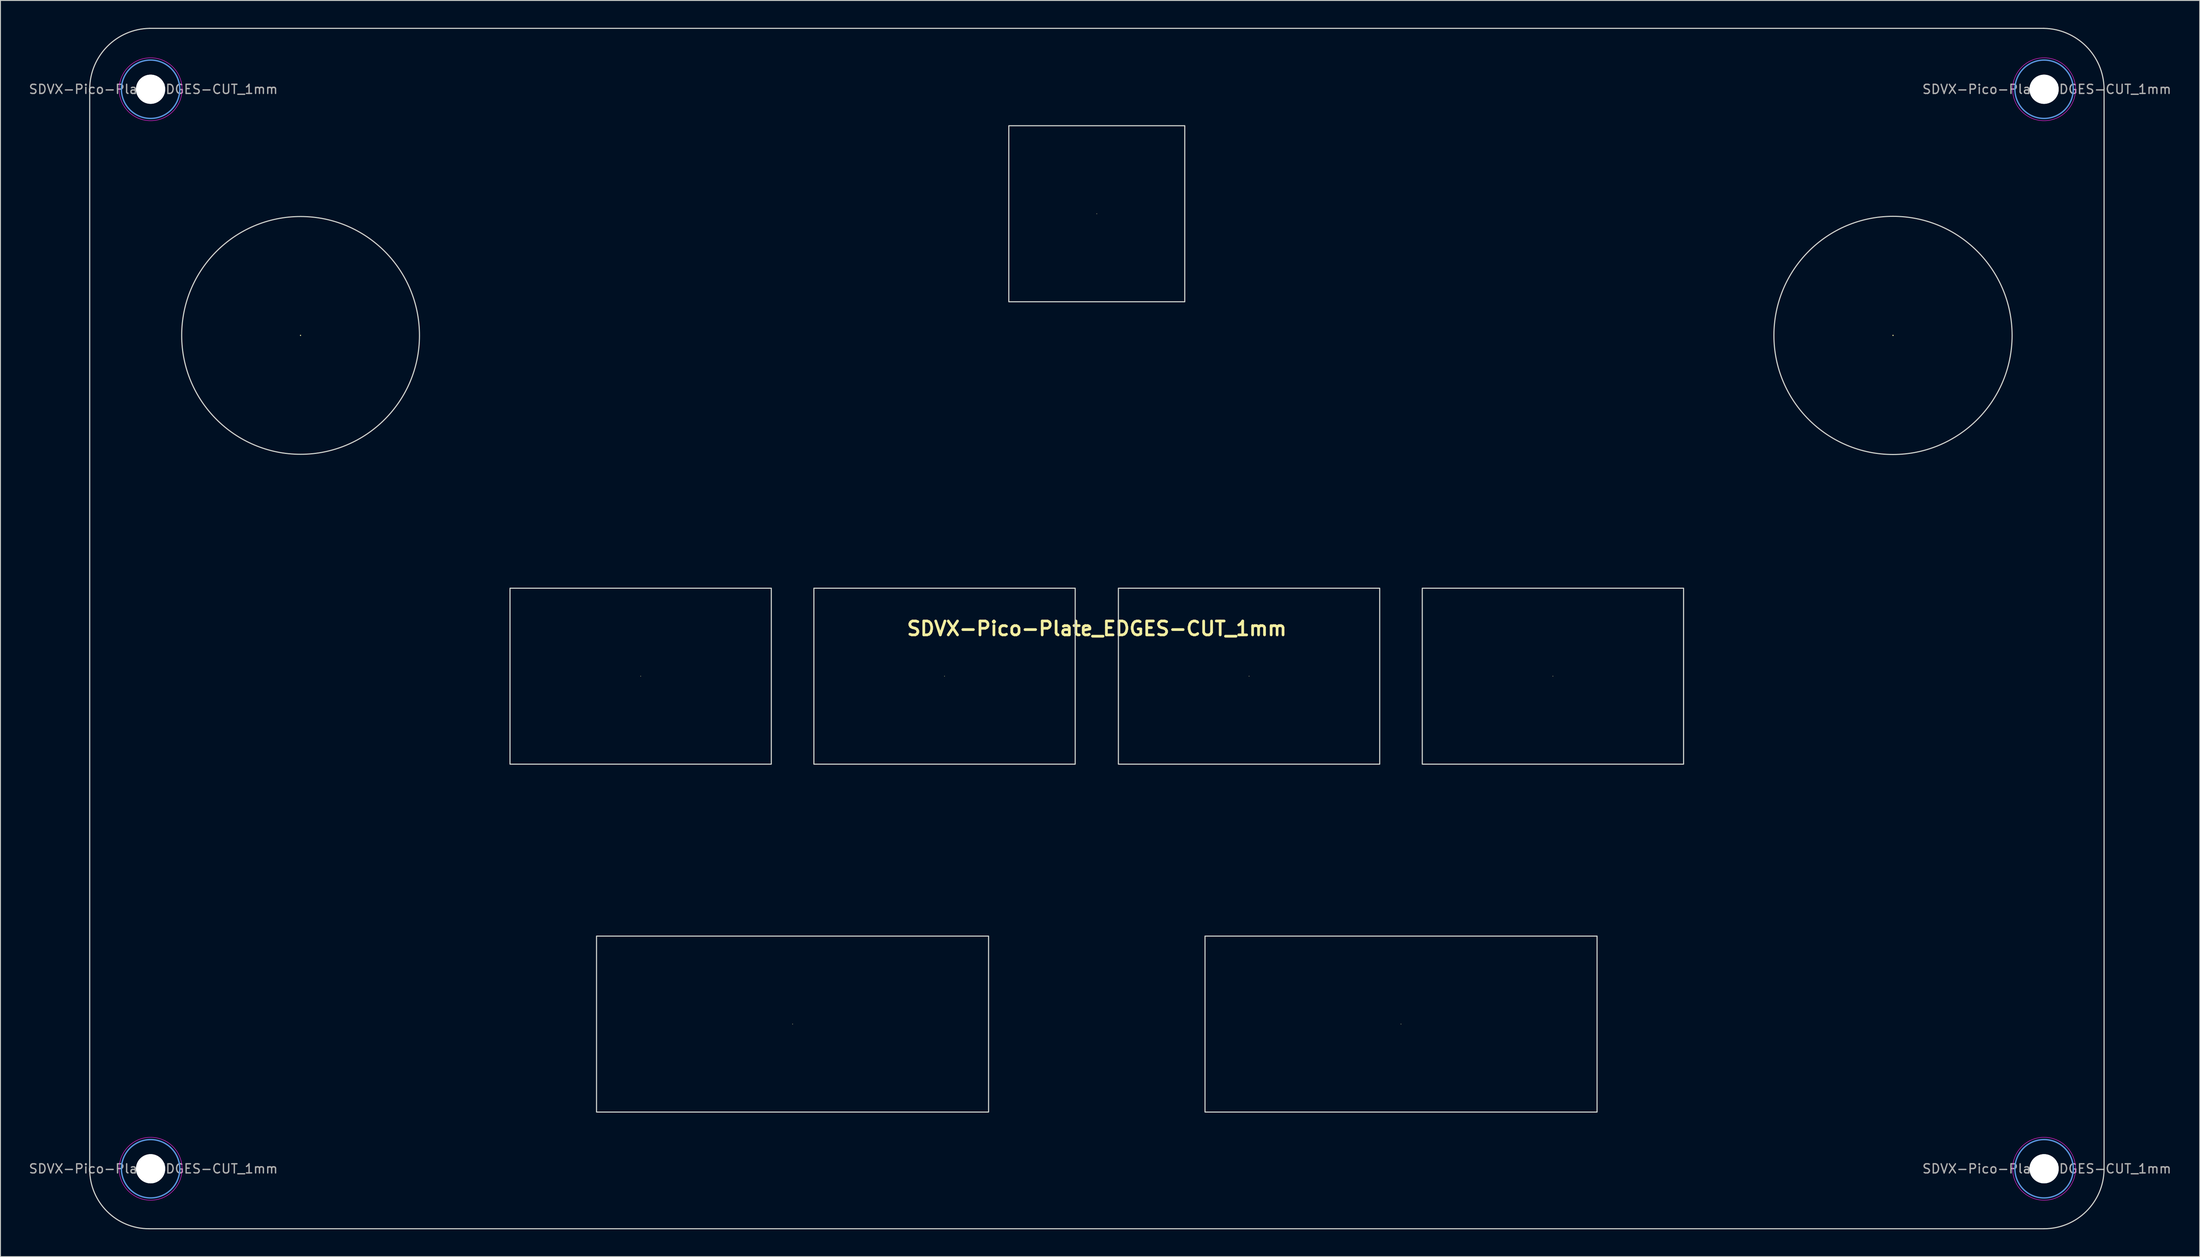
<source format=kicad_pcb>
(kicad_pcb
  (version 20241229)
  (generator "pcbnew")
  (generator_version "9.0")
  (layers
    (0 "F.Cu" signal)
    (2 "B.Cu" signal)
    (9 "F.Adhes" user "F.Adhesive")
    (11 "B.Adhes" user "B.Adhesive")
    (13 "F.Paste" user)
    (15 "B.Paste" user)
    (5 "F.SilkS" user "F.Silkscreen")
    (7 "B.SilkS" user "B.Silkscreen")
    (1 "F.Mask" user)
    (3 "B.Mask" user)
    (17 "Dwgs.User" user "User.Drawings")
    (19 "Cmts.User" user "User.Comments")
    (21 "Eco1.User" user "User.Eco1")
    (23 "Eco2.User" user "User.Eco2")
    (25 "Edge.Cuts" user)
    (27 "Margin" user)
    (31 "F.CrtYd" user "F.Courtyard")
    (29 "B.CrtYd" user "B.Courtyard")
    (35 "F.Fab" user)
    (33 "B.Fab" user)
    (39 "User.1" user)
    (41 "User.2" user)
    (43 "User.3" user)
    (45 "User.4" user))
  (footprint "SDVX-Pico-Plate_EDGES-CUT_1mm"
    (layer "F.Cu")
    (at 117.248 65.9)
    (property "Reference" "SDVX-Pico-Plate_EDGES-CUT_1mm" (at 0 0 0) (unlocked yes) (layer "F.SilkS") (effects (font (size 1.524 1.524) (thickness 0.3))))
    (attr smd)
    (fp_poly (pts (xy -49.989 5.21) (xy -49.988 5.219) (xy -50.018 5.257) (xy -50.027 5.258) (xy -50.064 5.228) (xy -50.065 5.219) (xy -50.036 5.182) (xy -50.027 5.181)) (stroke (width 0) (type solid)) (fill yes) (layer "F.SilkS"))
    (fp_poly (pts (xy -33.327 43.368) (xy -33.325 43.377) (xy -33.355 43.415) (xy -33.364 43.416) (xy -33.402 43.386) (xy -33.403 43.377) (xy -33.373 43.34) (xy -33.364 43.339)) (stroke (width 0) (type solid)) (fill yes) (layer "F.SilkS"))
    (fp_poly (pts (xy -16.664 5.21) (xy -16.663 5.219) (xy -16.692 5.257) (xy -16.701 5.258) (xy -16.739 5.228) (xy -16.74 5.219) (xy -16.711 5.182) (xy -16.701 5.181)) (stroke (width 0) (type solid)) (fill yes) (layer "F.SilkS"))
    (fp_poly (pts (xy 0.038 -45.513) (xy 0.039 -45.504) (xy 0.009 -45.466) (xy 0 -45.465) (xy -0.038 -45.494) (xy -0.039 -45.504) (xy -0.009 -45.541) (xy 0 -45.542)) (stroke (width 0) (type solid)) (fill yes) (layer "F.SilkS"))
    (fp_poly (pts (xy 16.739 5.21) (xy 16.74 5.219) (xy 16.711 5.257) (xy 16.701 5.258) (xy 16.664 5.228) (xy 16.663 5.219) (xy 16.692 5.182) (xy 16.701 5.181)) (stroke (width 0) (type solid)) (fill yes) (layer "F.SilkS"))
    (fp_poly (pts (xy 33.402 43.368) (xy 33.403 43.377) (xy 33.373 43.415) (xy 33.364 43.416) (xy 33.327 43.386) (xy 33.325 43.377) (xy 33.355 43.34) (xy 33.364 43.339)) (stroke (width 0) (type solid)) (fill yes) (layer "F.SilkS"))
    (fp_poly (pts (xy 50.064 5.21) (xy 50.065 5.219) (xy 50.036 5.257) (xy 50.027 5.258) (xy 49.989 5.228) (xy 49.988 5.219) (xy 50.018 5.182) (xy 50.027 5.181)) (stroke (width 0) (type solid)) (fill yes) (layer "F.SilkS"))
    (fp_poly (pts (xy -87.302 -32.224) (xy -87.291 -32.215) (xy -87.27 -32.154) (xy -87.298 -32.101) (xy -87.334 -32.088) (xy -87.384 -32.116) (xy -87.394 -32.13) (xy -87.399 -32.189) (xy -87.358 -32.229)) (stroke (width 0) (type solid)) (fill yes) (layer "F.SilkS"))
    (fp_poly (pts (xy 87.367 -32.224) (xy 87.377 -32.215) (xy 87.399 -32.154) (xy 87.371 -32.101) (xy 87.334 -32.088) (xy 87.285 -32.116) (xy 87.274 -32.13) (xy 87.27 -32.189) (xy 87.311 -32.229)) (stroke (width 0) (type solid)) (fill yes) (layer "F.SilkS"))
    (fp_circle (center -103.78 -59.16) (end -100.58 -59.16) (stroke (width 0.15) (type solid)) (fill no) (layer "Cmts.User"))
    (fp_circle (center -103.779 59.25) (end -100.579 59.25) (stroke (width 0.15) (type solid)) (fill no) (layer "Cmts.User"))
    (fp_circle (center 103.9 -59.16) (end 107.1 -59.16) (stroke (width 0.15) (type solid)) (fill no) (layer "Cmts.User"))
    (fp_circle (center 103.901 59.25) (end 107.101 59.25) (stroke (width 0.15) (type solid)) (fill no) (layer "Cmts.User"))
    (fp_line (start -110.46 -59.213) (end -110.46 59.33) (stroke (width 0.12) (type solid)) (layer "Edge.Cuts"))
    (fp_line (start -103.96 65.83) (end 103.894 65.83) (stroke (width 0.12) (type solid)) (layer "Edge.Cuts"))
    (fp_line (start 103.86 -65.84) (end -103.89 -65.84) (stroke (width 0.12) (type solid)) (layer "Edge.Cuts"))
    (fp_line (start 110.48 59.34) (end 110.48 -59.24) (stroke (width 0.12) (type solid)) (layer "Edge.Cuts"))
    (fp_rect (start -64.36 -4.43) (end -35.7 14.87) (stroke (width 0.12) (type solid)) (fill no) (layer "Edge.Cuts"))
    (fp_rect (start -54.87 33.73) (end -11.87 53.03) (stroke (width 0.12) (type solid)) (fill no) (layer "Edge.Cuts"))
    (fp_rect (start -31.03 -4.43) (end -2.37 14.87) (stroke (width 0.12) (type solid)) (fill no) (layer "Edge.Cuts"))
    (fp_rect (start -9.65 -55.16) (end 9.65 -35.85) (stroke (width 0.12) (type solid)) (fill no) (layer "Edge.Cuts"))
    (fp_rect (start 2.37 -4.43) (end 31.03 14.87) (stroke (width 0.12) (type solid)) (fill no) (layer "Edge.Cuts"))
    (fp_rect (start 11.87 33.73) (end 54.87 53.03) (stroke (width 0.12) (type solid)) (fill no) (layer "Edge.Cuts"))
    (fp_rect (start 35.7 -4.43) (end 64.36 14.87) (stroke (width 0.12) (type solid)) (fill no) (layer "Edge.Cuts"))
    (fp_arc (start -110.46 -59.213171) (mid -108.523279 -63.863302) (end -103.89 -65.84) (stroke (width 0.12) (type solid)) (layer "Edge.Cuts"))
    (fp_arc (start -103.96 65.829999) (mid -108.556198 63.926196) (end -110.460007 59.33) (stroke (width 0.12) (type solid)) (layer "Edge.Cuts"))
    (fp_arc (start 103.86 -65.84) (mid 108.506804 -63.880855) (end 110.48 -59.24) (stroke (width 0.12) (type solid)) (layer "Edge.Cuts"))
    (fp_arc (start 110.48 59.34) (mid 108.518174 63.936004) (end 103.893804 65.83) (stroke (width 0.12) (type solid)) (layer "Edge.Cuts"))
    (fp_circle (center -87.33 -32.16) (end -97.38 -40.47) (stroke (width 0.12) (type solid)) (fill no) (layer "Edge.Cuts"))
    (fp_circle (center 87.33 -32.16) (end 96.39 -41.57) (stroke (width 0.12) (type solid)) (fill no) (layer "Edge.Cuts"))
    (fp_circle (center -103.78 -59.16) (end -100.33 -59.16) (stroke (width 0.05) (type solid)) (fill no) (layer "F.CrtYd"))
    (fp_circle (center -103.779 59.25) (end -100.329 59.25) (stroke (width 0.05) (type solid)) (fill no) (layer "F.CrtYd"))
    (fp_circle (center 103.9 -59.16) (end 107.35 -59.16) (stroke (width 0.05) (type solid)) (fill no) (layer "F.CrtYd"))
    (fp_circle (center 103.901 59.25) (end 107.351 59.25) (stroke (width 0.05) (type solid)) (fill no) (layer "F.CrtYd"))
    (fp_text user "${REFERENCE}" (at -103.479 59.25 0) (layer "F.Fab") (effects (font (size 1 1) (thickness 0.15))))
    (fp_text user "${REFERENCE}" (at -103.48 -59.16 0) (layer "F.Fab") (effects (font (size 1 1) (thickness 0.15))))
    (fp_text user "${REFERENCE}" (at 104.201 59.25 0) (layer "F.Fab") (effects (font (size 1 1) (thickness 0.15))))
    (fp_text user "${REFERENCE}" (at 104.2 -59.16 0) (layer "F.Fab") (effects (font (size 1 1) (thickness 0.15))))
    (pad "" np_thru_hole circle (at -103.78 -59.16) (size 3.2 3.2) (drill 3.2) (layers "*.Cu" "*.Mask"))
    (pad "" np_thru_hole circle (at -103.78 -59.16) (size 3.2 3.2) (drill 3.2) (layers "*.Cu" "*.Mask"))
    (pad "" np_thru_hole circle (at -103.779 59.25) (size 3.2 3.2) (drill 3.2) (layers "*.Cu" "*.Mask"))
    (pad "" np_thru_hole circle (at -103.779 59.25) (size 3.2 3.2) (drill 3.2) (layers "*.Cu" "*.Mask"))
    (pad "" np_thru_hole circle (at 103.9 -59.16) (size 3.2 3.2) (drill 3.2) (layers "*.Cu" "*.Mask"))
    (pad "" np_thru_hole circle (at 103.9 -59.16) (size 3.2 3.2) (drill 3.2) (layers "*.Cu" "*.Mask"))
    (pad "" np_thru_hole circle (at 103.901 59.25) (size 3.2 3.2) (drill 3.2) (layers "*.Cu" "*.Mask"))
    (pad "" np_thru_hole circle (at 103.901 59.25) (size 3.2 3.2) (drill 3.2) (layers "*.Cu" "*.Mask")))
  (gr_rect
    (start -3 -3)
    (end 238.217 134.79)
    (stroke (width 0.1) (type default))
    (fill no)
    (layer "Edge.Cuts")))
</source>
